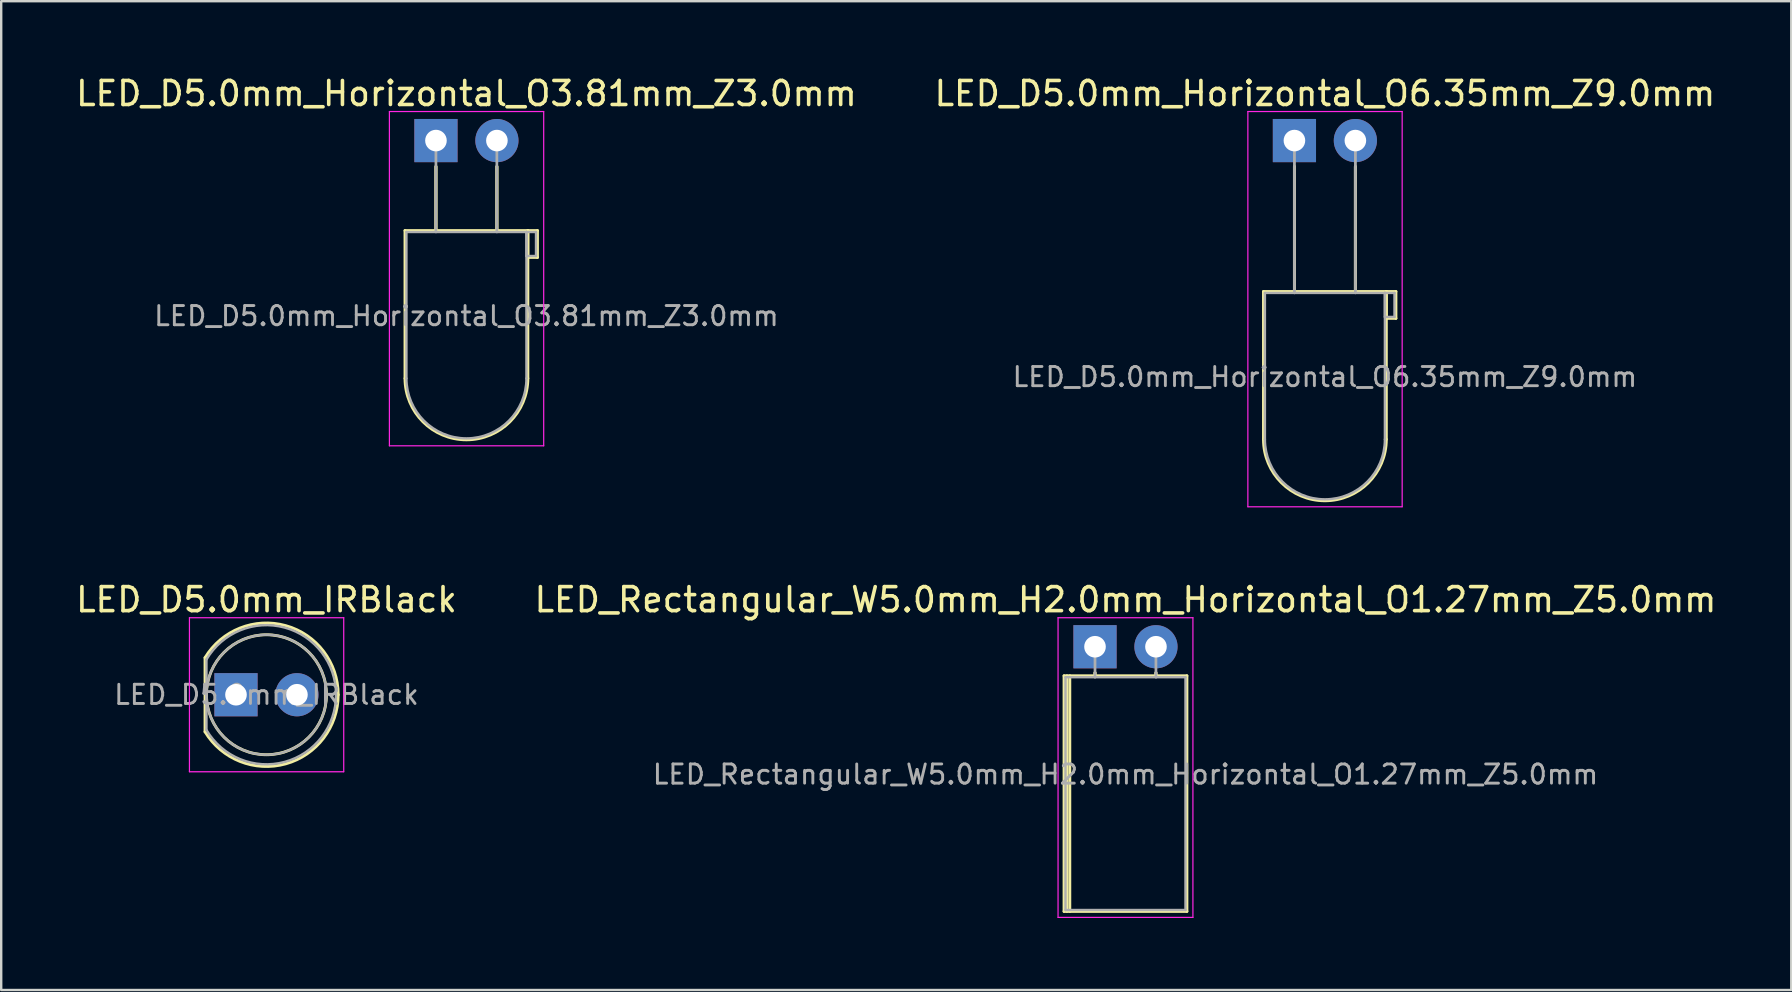
<source format=kicad_pcb>
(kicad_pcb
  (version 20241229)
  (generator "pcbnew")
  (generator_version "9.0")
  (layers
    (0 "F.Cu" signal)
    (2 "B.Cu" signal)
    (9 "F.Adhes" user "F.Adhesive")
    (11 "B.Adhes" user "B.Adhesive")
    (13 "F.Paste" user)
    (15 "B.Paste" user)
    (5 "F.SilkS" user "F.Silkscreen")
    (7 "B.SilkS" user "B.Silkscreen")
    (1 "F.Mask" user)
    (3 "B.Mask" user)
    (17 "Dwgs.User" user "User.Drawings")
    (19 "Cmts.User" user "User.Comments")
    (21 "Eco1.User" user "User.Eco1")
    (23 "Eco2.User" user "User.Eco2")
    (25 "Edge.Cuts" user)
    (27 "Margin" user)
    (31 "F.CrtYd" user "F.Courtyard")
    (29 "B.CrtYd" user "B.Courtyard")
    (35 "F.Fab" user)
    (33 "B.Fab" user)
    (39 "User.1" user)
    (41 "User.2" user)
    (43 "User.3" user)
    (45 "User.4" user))
  (footprint "LED_Rectangular_W5.0mm_H2.0mm_Horizontal_O1.27mm_Z5.0mm"
    (layer "F.Cu")
    (at 42.581 23.901)
    (property "Reference" "LED_Rectangular_W5.0mm_H2.0mm_Horizontal_O1.27mm_Z5.0mm" (at 1.27 -1.96 0) (layer "F.SilkS") (effects (font (size 1 1) (thickness 0.15))))
    (attr through_hole)
    (fp_line (start -1.29 1.21) (end -1.29 11.03) (stroke (width 0.12) (type solid)) (layer "F.SilkS"))
    (fp_line (start -1.29 11.03) (end 3.83 11.03) (stroke (width 0.12) (type solid)) (layer "F.SilkS"))
    (fp_line (start -1.17 1.21) (end -1.17 11.03) (stroke (width 0.12) (type solid)) (layer "F.SilkS"))
    (fp_line (start -1.05 1.21) (end -1.05 11.03) (stroke (width 0.12) (type solid)) (layer "F.SilkS"))
    (fp_line (start 0 1.08) (end 0 1.21) (stroke (width 0.12) (type solid)) (layer "F.SilkS"))
    (fp_line (start 0 1.21) (end 0 1.08) (stroke (width 0.12) (type solid)) (layer "F.SilkS"))
    (fp_line (start 2.54 1.08) (end 2.54 1.21) (stroke (width 0.12) (type solid)) (layer "F.SilkS"))
    (fp_line (start 2.54 1.21) (end 2.54 1.08) (stroke (width 0.12) (type solid)) (layer "F.SilkS"))
    (fp_line (start 3.83 1.21) (end -1.29 1.21) (stroke (width 0.12) (type solid)) (layer "F.SilkS"))
    (fp_line (start 3.83 11.03) (end 3.83 1.21) (stroke (width 0.12) (type solid)) (layer "F.SilkS"))
    (fp_line (start -1.54 -1.21) (end -1.54 11.28) (stroke (width 0.05) (type solid)) (layer "F.CrtYd"))
    (fp_line (start -1.54 11.28) (end 4.08 11.28) (stroke (width 0.05) (type solid)) (layer "F.CrtYd"))
    (fp_line (start 4.08 -1.21) (end -1.54 -1.21) (stroke (width 0.05) (type solid)) (layer "F.CrtYd"))
    (fp_line (start 4.08 11.28) (end 4.08 -1.21) (stroke (width 0.05) (type solid)) (layer "F.CrtYd"))
    (fp_line (start -1.23 1.27) (end -1.23 10.97) (stroke (width 0.1) (type solid)) (layer "F.Fab"))
    (fp_line (start -1.23 10.97) (end 3.77 10.97) (stroke (width 0.1) (type solid)) (layer "F.Fab"))
    (fp_line (start 0 0) (end 0 1.27) (stroke (width 0.1) (type solid)) (layer "F.Fab"))
    (fp_line (start 0 1.27) (end 0 0) (stroke (width 0.1) (type solid)) (layer "F.Fab"))
    (fp_line (start 2.54 0) (end 2.54 1.27) (stroke (width 0.1) (type solid)) (layer "F.Fab"))
    (fp_line (start 2.54 1.27) (end 2.54 0) (stroke (width 0.1) (type solid)) (layer "F.Fab"))
    (fp_line (start 3.77 1.27) (end -1.23 1.27) (stroke (width 0.1) (type solid)) (layer "F.Fab"))
    (fp_line (start 3.77 10.97) (end 3.77 1.27) (stroke (width 0.1) (type solid)) (layer "F.Fab"))
    (fp_text user "${REFERENCE}" (at 1.27 5.32 0) (layer "F.Fab") (effects (font (size 0.8 0.8) (thickness 0.12))))
    (pad "1" thru_hole rect (at 0 0) (size 1.8 1.8) (drill 0.9) (layers "*.Cu" "*.Mask"))
    (pad "2" thru_hole circle (at 2.54 0) (size 1.8 1.8) (drill 0.9) (layers "*.Cu" "*.Mask")))
  (footprint "LED_D5.0mm_Horizontal_O3.81mm_Z3.0mm"
    (layer "F.Cu")
    (at 15.117 2.808)
    (property "Reference" "LED_D5.0mm_Horizontal_O3.81mm_Z3.0mm" (at 1.27 -1.96 0) (layer "F.SilkS") (effects (font (size 1 1) (thickness 0.15))))
    (attr through_hole)
    (fp_line (start -1.29 3.75) (end -1.29 9.91) (stroke (width 0.12) (type solid)) (layer "F.SilkS"))
    (fp_line (start -1.29 3.75) (end 3.83 3.75) (stroke (width 0.12) (type solid)) (layer "F.SilkS"))
    (fp_line (start 0 1.08) (end 0 3.75) (stroke (width 0.12) (type solid)) (layer "F.SilkS"))
    (fp_line (start 0 3.75) (end 0 1.08) (stroke (width 0.12) (type solid)) (layer "F.SilkS"))
    (fp_line (start 2.54 1.08) (end 2.54 3.75) (stroke (width 0.12) (type solid)) (layer "F.SilkS"))
    (fp_line (start 2.54 3.75) (end 2.54 1.08) (stroke (width 0.12) (type solid)) (layer "F.SilkS"))
    (fp_line (start 3.83 3.75) (end 3.83 9.91) (stroke (width 0.12) (type solid)) (layer "F.SilkS"))
    (fp_line (start 3.83 3.75) (end 4.23 3.75) (stroke (width 0.12) (type solid)) (layer "F.SilkS"))
    (fp_line (start 3.83 4.87) (end 3.83 3.75) (stroke (width 0.12) (type solid)) (layer "F.SilkS"))
    (fp_line (start 4.23 3.75) (end 4.23 4.87) (stroke (width 0.12) (type solid)) (layer "F.SilkS"))
    (fp_line (start 4.23 4.87) (end 3.83 4.87) (stroke (width 0.12) (type solid)) (layer "F.SilkS"))
    (fp_arc (start 3.83 9.91) (mid 1.27 12.47) (end -1.29 9.91) (stroke (width 0.12) (type solid)) (layer "F.SilkS"))
    (fp_line (start -1.94 -1.21) (end -1.94 12.72) (stroke (width 0.05) (type solid)) (layer "F.CrtYd"))
    (fp_line (start -1.94 12.72) (end 4.49 12.72) (stroke (width 0.05) (type solid)) (layer "F.CrtYd"))
    (fp_line (start 4.49 -1.21) (end -1.94 -1.21) (stroke (width 0.05) (type solid)) (layer "F.CrtYd"))
    (fp_line (start 4.49 12.72) (end 4.49 -1.21) (stroke (width 0.05) (type solid)) (layer "F.CrtYd"))
    (fp_line (start -1.23 3.81) (end -1.23 9.91) (stroke (width 0.1) (type solid)) (layer "F.Fab"))
    (fp_line (start -1.23 3.81) (end 3.77 3.81) (stroke (width 0.1) (type solid)) (layer "F.Fab"))
    (fp_line (start 0 0) (end 0 3.81) (stroke (width 0.1) (type solid)) (layer "F.Fab"))
    (fp_line (start 0 3.81) (end 0 0) (stroke (width 0.1) (type solid)) (layer "F.Fab"))
    (fp_line (start 2.54 0) (end 2.54 3.81) (stroke (width 0.1) (type solid)) (layer "F.Fab"))
    (fp_line (start 2.54 3.81) (end 2.54 0) (stroke (width 0.1) (type solid)) (layer "F.Fab"))
    (fp_line (start 3.77 3.81) (end 3.77 9.91) (stroke (width 0.1) (type solid)) (layer "F.Fab"))
    (fp_line (start 3.77 3.81) (end 4.17 3.81) (stroke (width 0.1) (type solid)) (layer "F.Fab"))
    (fp_line (start 3.77 4.81) (end 3.77 3.81) (stroke (width 0.1) (type solid)) (layer "F.Fab"))
    (fp_line (start 4.17 3.81) (end 4.17 4.81) (stroke (width 0.1) (type solid)) (layer "F.Fab"))
    (fp_line (start 4.17 4.81) (end 3.77 4.81) (stroke (width 0.1) (type solid)) (layer "F.Fab"))
    (fp_arc (start 3.77 9.91) (mid 1.27 12.41) (end -1.23 9.91) (stroke (width 0.1) (type solid)) (layer "F.Fab"))
    (fp_text user "${REFERENCE}" (at 1.27 7.31 0) (layer "F.Fab") (effects (font (size 0.8 0.8) (thickness 0.12))))
    (pad "1" thru_hole rect (at 0 0) (size 1.8 1.8) (drill 0.9) (layers "*.Cu" "*.Mask"))
    (pad "2" thru_hole circle (at 2.54 0) (size 1.8 1.8) (drill 0.9) (layers "*.Cu" "*.Mask")))
  (footprint "LED_D5.0mm_Horizontal_O6.35mm_Z9.0mm"
    (layer "F.Cu")
    (at 50.891 2.808)
    (property "Reference" "LED_D5.0mm_Horizontal_O6.35mm_Z9.0mm" (at 1.27 -1.96 0) (layer "F.SilkS") (effects (font (size 1 1) (thickness 0.15))))
    (attr through_hole)
    (fp_line (start -1.29 6.29) (end -1.29 12.45) (stroke (width 0.12) (type solid)) (layer "F.SilkS"))
    (fp_line (start -1.29 6.29) (end 3.83 6.29) (stroke (width 0.12) (type solid)) (layer "F.SilkS"))
    (fp_line (start 0 1.08) (end 0 6.29) (stroke (width 0.12) (type solid)) (layer "F.SilkS"))
    (fp_line (start 0 6.29) (end 0 1.08) (stroke (width 0.12) (type solid)) (layer "F.SilkS"))
    (fp_line (start 2.54 1.08) (end 2.54 6.29) (stroke (width 0.12) (type solid)) (layer "F.SilkS"))
    (fp_line (start 2.54 6.29) (end 2.54 1.08) (stroke (width 0.12) (type solid)) (layer "F.SilkS"))
    (fp_line (start 3.83 6.29) (end 3.83 12.45) (stroke (width 0.12) (type solid)) (layer "F.SilkS"))
    (fp_line (start 3.83 6.29) (end 4.23 6.29) (stroke (width 0.12) (type solid)) (layer "F.SilkS"))
    (fp_line (start 3.83 7.41) (end 3.83 6.29) (stroke (width 0.12) (type solid)) (layer "F.SilkS"))
    (fp_line (start 4.23 6.29) (end 4.23 7.41) (stroke (width 0.12) (type solid)) (layer "F.SilkS"))
    (fp_line (start 4.23 7.41) (end 3.83 7.41) (stroke (width 0.12) (type solid)) (layer "F.SilkS"))
    (fp_arc (start 3.83 12.45) (mid 1.27 15.01) (end -1.29 12.45) (stroke (width 0.12) (type solid)) (layer "F.SilkS"))
    (fp_line (start -1.94 -1.21) (end -1.94 15.26) (stroke (width 0.05) (type solid)) (layer "F.CrtYd"))
    (fp_line (start -1.94 15.26) (end 4.49 15.26) (stroke (width 0.05) (type solid)) (layer "F.CrtYd"))
    (fp_line (start 4.49 -1.21) (end -1.94 -1.21) (stroke (width 0.05) (type solid)) (layer "F.CrtYd"))
    (fp_line (start 4.49 15.26) (end 4.49 -1.21) (stroke (width 0.05) (type solid)) (layer "F.CrtYd"))
    (fp_line (start -1.23 6.35) (end -1.23 12.45) (stroke (width 0.1) (type solid)) (layer "F.Fab"))
    (fp_line (start -1.23 6.35) (end 3.77 6.35) (stroke (width 0.1) (type solid)) (layer "F.Fab"))
    (fp_line (start 0 0) (end 0 6.35) (stroke (width 0.1) (type solid)) (layer "F.Fab"))
    (fp_line (start 0 6.35) (end 0 0) (stroke (width 0.1) (type solid)) (layer "F.Fab"))
    (fp_line (start 2.54 0) (end 2.54 6.35) (stroke (width 0.1) (type solid)) (layer "F.Fab"))
    (fp_line (start 2.54 6.35) (end 2.54 0) (stroke (width 0.1) (type solid)) (layer "F.Fab"))
    (fp_line (start 3.77 6.35) (end 3.77 12.45) (stroke (width 0.1) (type solid)) (layer "F.Fab"))
    (fp_line (start 3.77 6.35) (end 4.17 6.35) (stroke (width 0.1) (type solid)) (layer "F.Fab"))
    (fp_line (start 3.77 7.35) (end 3.77 6.35) (stroke (width 0.1) (type solid)) (layer "F.Fab"))
    (fp_line (start 4.17 6.35) (end 4.17 7.35) (stroke (width 0.1) (type solid)) (layer "F.Fab"))
    (fp_line (start 4.17 7.35) (end 3.77 7.35) (stroke (width 0.1) (type solid)) (layer "F.Fab"))
    (fp_arc (start 3.77 12.45) (mid 1.27 14.95) (end -1.23 12.45) (stroke (width 0.1) (type solid)) (layer "F.Fab"))
    (fp_text user "${REFERENCE}" (at 1.27 9.85 0) (layer "F.Fab") (effects (font (size 0.8 0.8) (thickness 0.12))))
    (pad "1" thru_hole rect (at 0 0) (size 1.8 1.8) (drill 0.9) (layers "*.Cu" "*.Mask"))
    (pad "2" thru_hole circle (at 2.54 0) (size 1.8 1.8) (drill 0.9) (layers "*.Cu" "*.Mask")))
  (footprint "LED_D5.0mm_IRBlack"
    (layer "F.Cu")
    (at 6.784 25.901)
    (property "Reference" "LED_D5.0mm_IRBlack" (at 1.27 -3.96 0) (layer "F.SilkS") (effects (font (size 1 1) (thickness 0.15))))
    (attr through_hole)
    (fp_line (start -1.29 -1.545) (end -1.29 1.545) (stroke (width 0.12) (type solid)) (layer "F.SilkS"))
    (fp_arc (start -1.29 -1.54483) (mid 2.071779 -2.880495) (end 4.26 0) (stroke (width 0.12) (type solid)) (layer "F.SilkS"))
    (fp_arc (start 4.26 0) (mid 2.071779 2.880495) (end -1.29 1.54483) (stroke (width 0.12) (type solid)) (layer "F.SilkS"))
    (fp_circle (center 1.27 0) (end 3.77 0) (stroke (width 0.12) (type solid)) (fill no) (layer "F.SilkS"))
    (fp_line (start -1.94 -3.21) (end -1.94 3.21) (stroke (width 0.05) (type solid)) (layer "F.CrtYd"))
    (fp_line (start -1.94 3.21) (end 4.49 3.21) (stroke (width 0.05) (type solid)) (layer "F.CrtYd"))
    (fp_line (start 4.49 -3.21) (end -1.94 -3.21) (stroke (width 0.05) (type solid)) (layer "F.CrtYd"))
    (fp_line (start 4.49 3.21) (end 4.49 -3.21) (stroke (width 0.05) (type solid)) (layer "F.CrtYd"))
    (fp_line (start -1.23 -1.47) (end -1.23 1.47) (stroke (width 0.1) (type solid)) (layer "F.Fab"))
    (fp_arc (start -1.23 -1.469694) (mid 4.17 0) (end -1.23 1.469694) (stroke (width 0.1) (type solid)) (layer "F.Fab"))
    (fp_circle (center 1.27 0) (end 3.77 0) (stroke (width 0.1) (type solid)) (fill no) (layer "F.Fab"))
    (fp_text user "${REFERENCE}" (at 1.27 0 0) (layer "F.Fab") (effects (font (size 0.8 0.8) (thickness 0.12))))
    (pad "1" thru_hole rect (at 0 0) (size 1.8 1.8) (drill 0.9) (layers "*.Cu" "*.Mask"))
    (pad "2" thru_hole circle (at 2.54 0) (size 1.8 1.8) (drill 0.9) (layers "*.Cu" "*.Mask")))
  (gr_rect
    (start -3 -3)
    (end 71.595 38.206)
    (stroke (width 0.1) (type default))
    (fill no)
    (layer "Edge.Cuts")))
</source>
